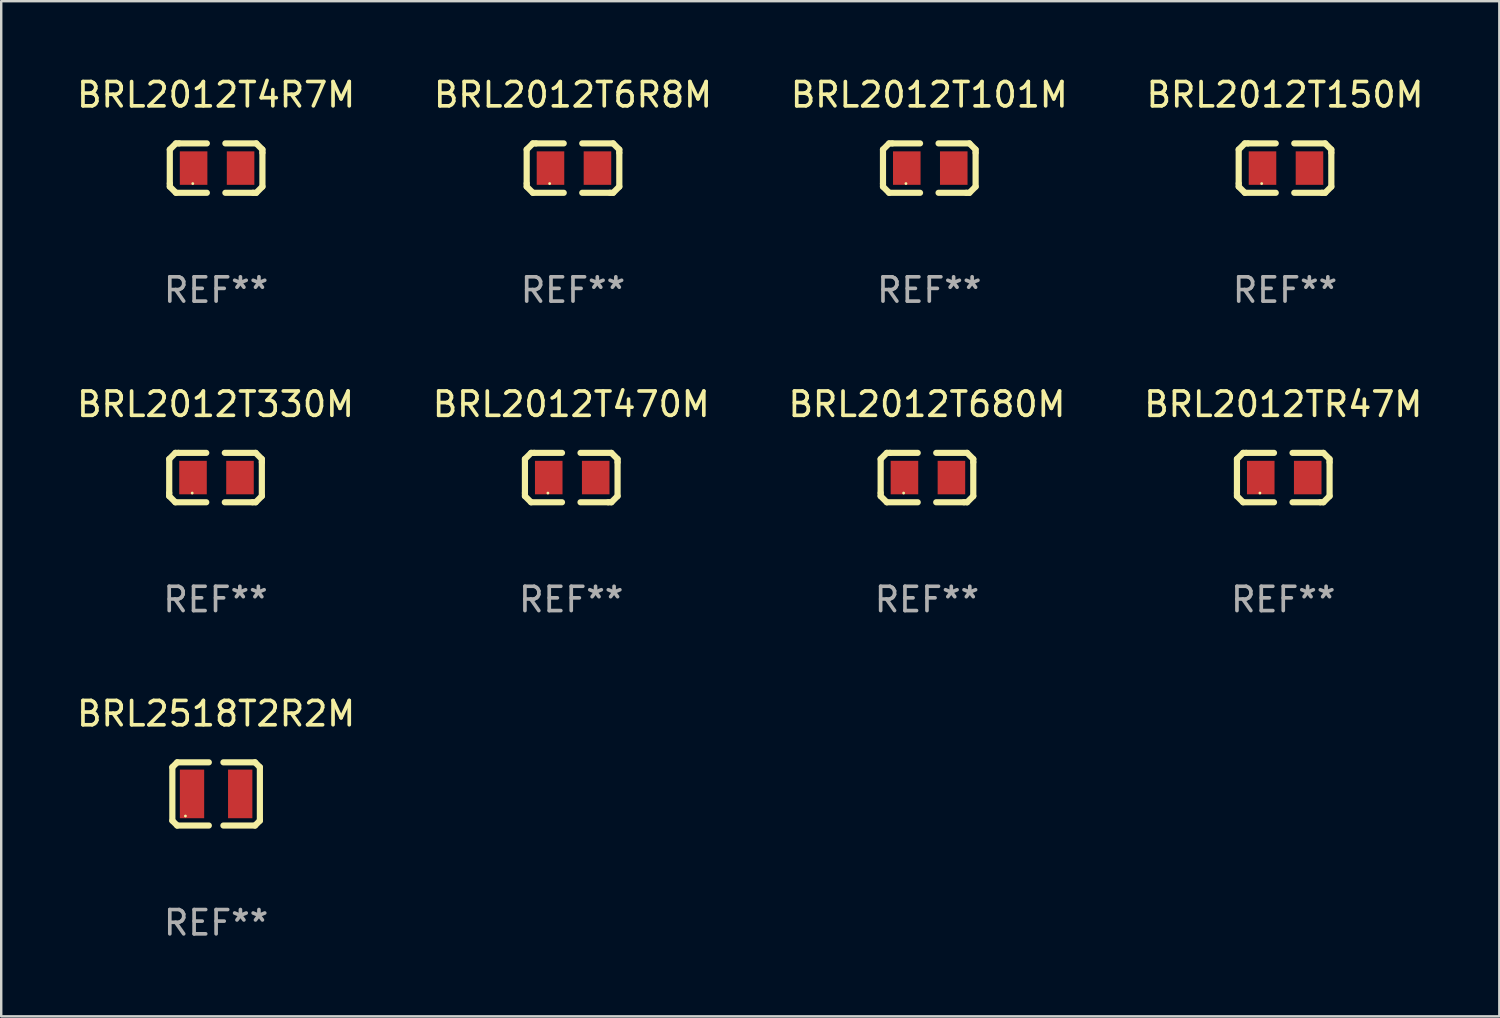
<source format=kicad_pcb>
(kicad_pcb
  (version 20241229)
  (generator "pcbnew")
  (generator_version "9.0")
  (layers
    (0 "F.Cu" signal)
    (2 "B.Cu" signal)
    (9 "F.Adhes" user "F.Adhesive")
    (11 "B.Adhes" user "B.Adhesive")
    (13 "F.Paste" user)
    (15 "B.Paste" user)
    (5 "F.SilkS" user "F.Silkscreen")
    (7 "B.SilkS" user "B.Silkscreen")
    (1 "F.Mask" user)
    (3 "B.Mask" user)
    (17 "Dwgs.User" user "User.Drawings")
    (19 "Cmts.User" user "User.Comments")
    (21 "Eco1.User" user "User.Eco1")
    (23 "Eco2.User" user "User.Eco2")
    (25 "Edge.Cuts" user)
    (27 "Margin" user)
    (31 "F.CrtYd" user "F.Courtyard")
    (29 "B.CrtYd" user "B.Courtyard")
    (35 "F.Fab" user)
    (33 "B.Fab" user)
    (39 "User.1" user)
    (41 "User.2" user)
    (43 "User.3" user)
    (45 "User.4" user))
  (footprint "BRL2012T680M"
    (layer "F.Cu")
    (at 35.077 16.593)
    (property "Reference" "BRL2012T680M" (at 0 -3.016 0) (layer "F.SilkS") (effects (font (size 1 1) (thickness 0.15))))
    (attr through_hole)
    (fp_line (start -1.905 -0.762) (end -1.905 0.635) (stroke (width 0.254) (type solid)) (layer "F.SilkS"))
    (fp_line (start -1.905 0.635) (end -1.905 0.762) (stroke (width 0.254) (type solid)) (layer "F.SilkS"))
    (fp_line (start -1.905 0.762) (end -1.651 1.016) (stroke (width 0.254) (type solid)) (layer "F.SilkS"))
    (fp_line (start -1.651 -1.016) (end -1.905 -0.762) (stroke (width 0.254) (type solid)) (layer "F.SilkS"))
    (fp_line (start -1.651 1.016) (end -0.381 1.016) (stroke (width 0.254) (type solid)) (layer "F.SilkS"))
    (fp_line (start -1.524 -1.016) (end -1.651 -1.016) (stroke (width 0.254) (type solid)) (layer "F.SilkS"))
    (fp_line (start -0.381 -1.016) (end -1.524 -1.016) (stroke (width 0.254) (type solid)) (layer "F.SilkS"))
    (fp_line (start 0.381 1.016) (end 1.524 1.016) (stroke (width 0.254) (type solid)) (layer "F.SilkS"))
    (fp_line (start 1.524 1.016) (end 1.651 1.016) (stroke (width 0.254) (type solid)) (layer "F.SilkS"))
    (fp_line (start 1.651 -1.016) (end 0.381 -1.016) (stroke (width 0.254) (type solid)) (layer "F.SilkS"))
    (fp_line (start 1.651 1.016) (end 1.905 0.762) (stroke (width 0.254) (type solid)) (layer "F.SilkS"))
    (fp_line (start 1.905 -0.762) (end 1.651 -1.016) (stroke (width 0.254) (type solid)) (layer "F.SilkS"))
    (fp_line (start 1.905 -0.635) (end 1.905 -0.762) (stroke (width 0.254) (type solid)) (layer "F.SilkS"))
    (fp_line (start 1.905 0.762) (end 1.905 -0.635) (stroke (width 0.254) (type solid)) (layer "F.SilkS"))
    (fp_circle (center -0.96 0.637) (end -0.93 0.637) (stroke (width 0.06) (type solid)) (fill no) (layer "F.SilkS"))
    (fp_text user "REF**" (at 0 5.016 0) (layer "F.Fab") (effects (font (size 1 1) (thickness 0.15))))
    (pad "1" smd rect (at -0.926 -0.000051) (size 1.133 1.377) (layers "F.Cu" "F.Mask" "F.Paste"))
    (pad "2" smd rect (at 1.006 -0.000051) (size 1.133 1.377) (layers "F.Cu" "F.Mask" "F.Paste")))
  (footprint "BRL2012T6R8M"
    (layer "F.Cu")
    (at 20.518 3.864)
    (property "Reference" "BRL2012T6R8M" (at 0 -3.016 0) (layer "F.SilkS") (effects (font (size 1 1) (thickness 0.15))))
    (attr through_hole)
    (fp_line (start -1.905 -0.762) (end -1.905 0.635) (stroke (width 0.254) (type solid)) (layer "F.SilkS"))
    (fp_line (start -1.905 0.635) (end -1.905 0.762) (stroke (width 0.254) (type solid)) (layer "F.SilkS"))
    (fp_line (start -1.905 0.762) (end -1.651 1.016) (stroke (width 0.254) (type solid)) (layer "F.SilkS"))
    (fp_line (start -1.651 -1.016) (end -1.905 -0.762) (stroke (width 0.254) (type solid)) (layer "F.SilkS"))
    (fp_line (start -1.651 1.016) (end -0.381 1.016) (stroke (width 0.254) (type solid)) (layer "F.SilkS"))
    (fp_line (start -1.524 -1.016) (end -1.651 -1.016) (stroke (width 0.254) (type solid)) (layer "F.SilkS"))
    (fp_line (start -0.381 -1.016) (end -1.524 -1.016) (stroke (width 0.254) (type solid)) (layer "F.SilkS"))
    (fp_line (start 0.381 1.016) (end 1.524 1.016) (stroke (width 0.254) (type solid)) (layer "F.SilkS"))
    (fp_line (start 1.524 1.016) (end 1.651 1.016) (stroke (width 0.254) (type solid)) (layer "F.SilkS"))
    (fp_line (start 1.651 -1.016) (end 0.381 -1.016) (stroke (width 0.254) (type solid)) (layer "F.SilkS"))
    (fp_line (start 1.651 1.016) (end 1.905 0.762) (stroke (width 0.254) (type solid)) (layer "F.SilkS"))
    (fp_line (start 1.905 -0.762) (end 1.651 -1.016) (stroke (width 0.254) (type solid)) (layer "F.SilkS"))
    (fp_line (start 1.905 -0.635) (end 1.905 -0.762) (stroke (width 0.254) (type solid)) (layer "F.SilkS"))
    (fp_line (start 1.905 0.762) (end 1.905 -0.635) (stroke (width 0.254) (type solid)) (layer "F.SilkS"))
    (fp_circle (center -0.96 0.637) (end -0.93 0.637) (stroke (width 0.06) (type solid)) (fill no) (layer "F.SilkS"))
    (fp_text user "REF**" (at 0 5.016 0) (layer "F.Fab") (effects (font (size 1 1) (thickness 0.15))))
    (pad "1" smd rect (at -0.926 -0.000051) (size 1.133 1.377) (layers "F.Cu" "F.Mask" "F.Paste"))
    (pad "2" smd rect (at 1.006 -0.000051) (size 1.133 1.377) (layers "F.Cu" "F.Mask" "F.Paste")))
  (footprint "BRL2518T2R2M"
    (layer "F.Cu")
    (at 5.839 29.605)
    (property "Reference" "BRL2518T2R2M" (at 0 -3.3 0) (layer "F.SilkS") (effects (font (size 1 1) (thickness 0.15))))
    (attr through_hole)
    (fp_line (start -1.8 -1.1) (end -1.8 1.1) (stroke (width 0.254) (type solid)) (layer "F.SilkS"))
    (fp_line (start -1.8 1.1) (end -1.6 1.3) (stroke (width 0.254) (type solid)) (layer "F.SilkS"))
    (fp_line (start -1.6 -1.3) (end -1.8 -1.1) (stroke (width 0.254) (type solid)) (layer "F.SilkS"))
    (fp_line (start -1.6 1.3) (end -0.3 1.3) (stroke (width 0.254) (type solid)) (layer "F.SilkS"))
    (fp_line (start -0.3 -1.3) (end -1.6 -1.3) (stroke (width 0.254) (type solid)) (layer "F.SilkS"))
    (fp_line (start 0.3 1.3) (end 1.6 1.3) (stroke (width 0.254) (type solid)) (layer "F.SilkS"))
    (fp_line (start 1.6 -1.3) (end 0.3 -1.3) (stroke (width 0.254) (type solid)) (layer "F.SilkS"))
    (fp_line (start 1.6 1.3) (end 1.8 1.1) (stroke (width 0.254) (type solid)) (layer "F.SilkS"))
    (fp_line (start 1.8 -1.1) (end 1.6 -1.3) (stroke (width 0.254) (type solid)) (layer "F.SilkS"))
    (fp_line (start 1.8 1.1) (end 1.8 -1.1) (stroke (width 0.254) (type solid)) (layer "F.SilkS"))
    (fp_circle (center -1.262 0.909) (end -1.232 0.909) (stroke (width 0.06) (type solid)) (fill no) (layer "F.SilkS"))
    (fp_text user "REF**" (at 0 5.3 0) (layer "F.Fab") (effects (font (size 1 1) (thickness 0.15))))
    (pad "1" smd rect (at -0.991 -0.00014 90) (size 1.999 1) (layers "F.Cu" "F.Mask" "F.Paste"))
    (pad "2" smd rect (at 0.991 -0.00014 90) (size 1.999 1) (layers "F.Cu" "F.Mask" "F.Paste")))
  (footprint "BRL2012T4R7M"
    (layer "F.Cu")
    (at 5.839 3.864)
    (property "Reference" "BRL2012T4R7M" (at 0 -3.016 0) (layer "F.SilkS") (effects (font (size 1 1) (thickness 0.15))))
    (attr through_hole)
    (fp_line (start -1.905 -0.762) (end -1.905 0.635) (stroke (width 0.254) (type solid)) (layer "F.SilkS"))
    (fp_line (start -1.905 0.635) (end -1.905 0.762) (stroke (width 0.254) (type solid)) (layer "F.SilkS"))
    (fp_line (start -1.905 0.762) (end -1.651 1.016) (stroke (width 0.254) (type solid)) (layer "F.SilkS"))
    (fp_line (start -1.651 -1.016) (end -1.905 -0.762) (stroke (width 0.254) (type solid)) (layer "F.SilkS"))
    (fp_line (start -1.651 1.016) (end -0.381 1.016) (stroke (width 0.254) (type solid)) (layer "F.SilkS"))
    (fp_line (start -1.524 -1.016) (end -1.651 -1.016) (stroke (width 0.254) (type solid)) (layer "F.SilkS"))
    (fp_line (start -0.381 -1.016) (end -1.524 -1.016) (stroke (width 0.254) (type solid)) (layer "F.SilkS"))
    (fp_line (start 0.381 1.016) (end 1.524 1.016) (stroke (width 0.254) (type solid)) (layer "F.SilkS"))
    (fp_line (start 1.524 1.016) (end 1.651 1.016) (stroke (width 0.254) (type solid)) (layer "F.SilkS"))
    (fp_line (start 1.651 -1.016) (end 0.381 -1.016) (stroke (width 0.254) (type solid)) (layer "F.SilkS"))
    (fp_line (start 1.651 1.016) (end 1.905 0.762) (stroke (width 0.254) (type solid)) (layer "F.SilkS"))
    (fp_line (start 1.905 -0.762) (end 1.651 -1.016) (stroke (width 0.254) (type solid)) (layer "F.SilkS"))
    (fp_line (start 1.905 -0.635) (end 1.905 -0.762) (stroke (width 0.254) (type solid)) (layer "F.SilkS"))
    (fp_line (start 1.905 0.762) (end 1.905 -0.635) (stroke (width 0.254) (type solid)) (layer "F.SilkS"))
    (fp_circle (center -0.96 0.637) (end -0.93 0.637) (stroke (width 0.06) (type solid)) (fill no) (layer "F.SilkS"))
    (fp_text user "REF**" (at 0 5.016 0) (layer "F.Fab") (effects (font (size 1 1) (thickness 0.15))))
    (pad "1" smd rect (at -0.926 -0.000051) (size 1.133 1.377) (layers "F.Cu" "F.Mask" "F.Paste"))
    (pad "2" smd rect (at 1.006 -0.000051) (size 1.133 1.377) (layers "F.Cu" "F.Mask" "F.Paste")))
  (footprint "BRL2012T330M"
    (layer "F.Cu")
    (at 5.815 16.593)
    (property "Reference" "BRL2012T330M" (at 0 -3.016 0) (layer "F.SilkS") (effects (font (size 1 1) (thickness 0.15))))
    (attr through_hole)
    (fp_line (start -1.905 -0.762) (end -1.905 0.635) (stroke (width 0.254) (type solid)) (layer "F.SilkS"))
    (fp_line (start -1.905 0.635) (end -1.905 0.762) (stroke (width 0.254) (type solid)) (layer "F.SilkS"))
    (fp_line (start -1.905 0.762) (end -1.651 1.016) (stroke (width 0.254) (type solid)) (layer "F.SilkS"))
    (fp_line (start -1.651 -1.016) (end -1.905 -0.762) (stroke (width 0.254) (type solid)) (layer "F.SilkS"))
    (fp_line (start -1.651 1.016) (end -0.381 1.016) (stroke (width 0.254) (type solid)) (layer "F.SilkS"))
    (fp_line (start -1.524 -1.016) (end -1.651 -1.016) (stroke (width 0.254) (type solid)) (layer "F.SilkS"))
    (fp_line (start -0.381 -1.016) (end -1.524 -1.016) (stroke (width 0.254) (type solid)) (layer "F.SilkS"))
    (fp_line (start 0.381 1.016) (end 1.524 1.016) (stroke (width 0.254) (type solid)) (layer "F.SilkS"))
    (fp_line (start 1.524 1.016) (end 1.651 1.016) (stroke (width 0.254) (type solid)) (layer "F.SilkS"))
    (fp_line (start 1.651 -1.016) (end 0.381 -1.016) (stroke (width 0.254) (type solid)) (layer "F.SilkS"))
    (fp_line (start 1.651 1.016) (end 1.905 0.762) (stroke (width 0.254) (type solid)) (layer "F.SilkS"))
    (fp_line (start 1.905 -0.762) (end 1.651 -1.016) (stroke (width 0.254) (type solid)) (layer "F.SilkS"))
    (fp_line (start 1.905 -0.635) (end 1.905 -0.762) (stroke (width 0.254) (type solid)) (layer "F.SilkS"))
    (fp_line (start 1.905 0.762) (end 1.905 -0.635) (stroke (width 0.254) (type solid)) (layer "F.SilkS"))
    (fp_circle (center -0.96 0.637) (end -0.93 0.637) (stroke (width 0.06) (type solid)) (fill no) (layer "F.SilkS"))
    (fp_text user "REF**" (at 0 5.016 0) (layer "F.Fab") (effects (font (size 1 1) (thickness 0.15))))
    (pad "1" smd rect (at -0.926 -0.000051) (size 1.133 1.377) (layers "F.Cu" "F.Mask" "F.Paste"))
    (pad "2" smd rect (at 1.006 -0.000051) (size 1.133 1.377) (layers "F.Cu" "F.Mask" "F.Paste")))
  (footprint "BRL2012T101M"
    (layer "F.Cu")
    (at 35.173 3.864)
    (property "Reference" "BRL2012T101M" (at 0 -3.016 0) (layer "F.SilkS") (effects (font (size 1 1) (thickness 0.15))))
    (attr through_hole)
    (fp_line (start -1.905 -0.762) (end -1.905 0.635) (stroke (width 0.254) (type solid)) (layer "F.SilkS"))
    (fp_line (start -1.905 0.635) (end -1.905 0.762) (stroke (width 0.254) (type solid)) (layer "F.SilkS"))
    (fp_line (start -1.905 0.762) (end -1.651 1.016) (stroke (width 0.254) (type solid)) (layer "F.SilkS"))
    (fp_line (start -1.651 -1.016) (end -1.905 -0.762) (stroke (width 0.254) (type solid)) (layer "F.SilkS"))
    (fp_line (start -1.651 1.016) (end -0.381 1.016) (stroke (width 0.254) (type solid)) (layer "F.SilkS"))
    (fp_line (start -1.524 -1.016) (end -1.651 -1.016) (stroke (width 0.254) (type solid)) (layer "F.SilkS"))
    (fp_line (start -0.381 -1.016) (end -1.524 -1.016) (stroke (width 0.254) (type solid)) (layer "F.SilkS"))
    (fp_line (start 0.381 1.016) (end 1.524 1.016) (stroke (width 0.254) (type solid)) (layer "F.SilkS"))
    (fp_line (start 1.524 1.016) (end 1.651 1.016) (stroke (width 0.254) (type solid)) (layer "F.SilkS"))
    (fp_line (start 1.651 -1.016) (end 0.381 -1.016) (stroke (width 0.254) (type solid)) (layer "F.SilkS"))
    (fp_line (start 1.651 1.016) (end 1.905 0.762) (stroke (width 0.254) (type solid)) (layer "F.SilkS"))
    (fp_line (start 1.905 -0.762) (end 1.651 -1.016) (stroke (width 0.254) (type solid)) (layer "F.SilkS"))
    (fp_line (start 1.905 -0.635) (end 1.905 -0.762) (stroke (width 0.254) (type solid)) (layer "F.SilkS"))
    (fp_line (start 1.905 0.762) (end 1.905 -0.635) (stroke (width 0.254) (type solid)) (layer "F.SilkS"))
    (fp_circle (center -0.96 0.637) (end -0.93 0.637) (stroke (width 0.06) (type solid)) (fill no) (layer "F.SilkS"))
    (fp_text user "REF**" (at 0 5.016 0) (layer "F.Fab") (effects (font (size 1 1) (thickness 0.15))))
    (pad "1" smd rect (at -0.926 -0.000051) (size 1.133 1.377) (layers "F.Cu" "F.Mask" "F.Paste"))
    (pad "2" smd rect (at 1.006 -0.000051) (size 1.133 1.377) (layers "F.Cu" "F.Mask" "F.Paste")))
  (footprint "BRL2012T470M"
    (layer "F.Cu")
    (at 20.446 16.593)
    (property "Reference" "BRL2012T470M" (at 0 -3.016 0) (layer "F.SilkS") (effects (font (size 1 1) (thickness 0.15))))
    (attr through_hole)
    (fp_line (start -1.905 -0.762) (end -1.905 0.635) (stroke (width 0.254) (type solid)) (layer "F.SilkS"))
    (fp_line (start -1.905 0.635) (end -1.905 0.762) (stroke (width 0.254) (type solid)) (layer "F.SilkS"))
    (fp_line (start -1.905 0.762) (end -1.651 1.016) (stroke (width 0.254) (type solid)) (layer "F.SilkS"))
    (fp_line (start -1.651 -1.016) (end -1.905 -0.762) (stroke (width 0.254) (type solid)) (layer "F.SilkS"))
    (fp_line (start -1.651 1.016) (end -0.381 1.016) (stroke (width 0.254) (type solid)) (layer "F.SilkS"))
    (fp_line (start -1.524 -1.016) (end -1.651 -1.016) (stroke (width 0.254) (type solid)) (layer "F.SilkS"))
    (fp_line (start -0.381 -1.016) (end -1.524 -1.016) (stroke (width 0.254) (type solid)) (layer "F.SilkS"))
    (fp_line (start 0.381 1.016) (end 1.524 1.016) (stroke (width 0.254) (type solid)) (layer "F.SilkS"))
    (fp_line (start 1.524 1.016) (end 1.651 1.016) (stroke (width 0.254) (type solid)) (layer "F.SilkS"))
    (fp_line (start 1.651 -1.016) (end 0.381 -1.016) (stroke (width 0.254) (type solid)) (layer "F.SilkS"))
    (fp_line (start 1.651 1.016) (end 1.905 0.762) (stroke (width 0.254) (type solid)) (layer "F.SilkS"))
    (fp_line (start 1.905 -0.762) (end 1.651 -1.016) (stroke (width 0.254) (type solid)) (layer "F.SilkS"))
    (fp_line (start 1.905 -0.635) (end 1.905 -0.762) (stroke (width 0.254) (type solid)) (layer "F.SilkS"))
    (fp_line (start 1.905 0.762) (end 1.905 -0.635) (stroke (width 0.254) (type solid)) (layer "F.SilkS"))
    (fp_circle (center -0.96 0.637) (end -0.93 0.637) (stroke (width 0.06) (type solid)) (fill no) (layer "F.SilkS"))
    (fp_text user "REF**" (at 0 5.016 0) (layer "F.Fab") (effects (font (size 1 1) (thickness 0.15))))
    (pad "1" smd rect (at -0.926 -0.000051) (size 1.133 1.377) (layers "F.Cu" "F.Mask" "F.Paste"))
    (pad "2" smd rect (at 1.006 -0.000051) (size 1.133 1.377) (layers "F.Cu" "F.Mask" "F.Paste")))
  (footprint "BRL2012T150M"
    (layer "F.Cu")
    (at 49.804 3.864)
    (property "Reference" "BRL2012T150M" (at 0 -3.016 0) (layer "F.SilkS") (effects (font (size 1 1) (thickness 0.15))))
    (attr through_hole)
    (fp_line (start -1.905 -0.762) (end -1.905 0.635) (stroke (width 0.254) (type solid)) (layer "F.SilkS"))
    (fp_line (start -1.905 0.635) (end -1.905 0.762) (stroke (width 0.254) (type solid)) (layer "F.SilkS"))
    (fp_line (start -1.905 0.762) (end -1.651 1.016) (stroke (width 0.254) (type solid)) (layer "F.SilkS"))
    (fp_line (start -1.651 -1.016) (end -1.905 -0.762) (stroke (width 0.254) (type solid)) (layer "F.SilkS"))
    (fp_line (start -1.651 1.016) (end -0.381 1.016) (stroke (width 0.254) (type solid)) (layer "F.SilkS"))
    (fp_line (start -1.524 -1.016) (end -1.651 -1.016) (stroke (width 0.254) (type solid)) (layer "F.SilkS"))
    (fp_line (start -0.381 -1.016) (end -1.524 -1.016) (stroke (width 0.254) (type solid)) (layer "F.SilkS"))
    (fp_line (start 0.381 1.016) (end 1.524 1.016) (stroke (width 0.254) (type solid)) (layer "F.SilkS"))
    (fp_line (start 1.524 1.016) (end 1.651 1.016) (stroke (width 0.254) (type solid)) (layer "F.SilkS"))
    (fp_line (start 1.651 -1.016) (end 0.381 -1.016) (stroke (width 0.254) (type solid)) (layer "F.SilkS"))
    (fp_line (start 1.651 1.016) (end 1.905 0.762) (stroke (width 0.254) (type solid)) (layer "F.SilkS"))
    (fp_line (start 1.905 -0.762) (end 1.651 -1.016) (stroke (width 0.254) (type solid)) (layer "F.SilkS"))
    (fp_line (start 1.905 -0.635) (end 1.905 -0.762) (stroke (width 0.254) (type solid)) (layer "F.SilkS"))
    (fp_line (start 1.905 0.762) (end 1.905 -0.635) (stroke (width 0.254) (type solid)) (layer "F.SilkS"))
    (fp_circle (center -0.96 0.637) (end -0.93 0.637) (stroke (width 0.06) (type solid)) (fill no) (layer "F.SilkS"))
    (fp_text user "REF**" (at 0 5.016 0) (layer "F.Fab") (effects (font (size 1 1) (thickness 0.15))))
    (pad "1" smd rect (at -0.926 -0.000051) (size 1.133 1.377) (layers "F.Cu" "F.Mask" "F.Paste"))
    (pad "2" smd rect (at 1.006 -0.000051) (size 1.133 1.377) (layers "F.Cu" "F.Mask" "F.Paste")))
  (footprint "BRL2012TR47M"
    (layer "F.Cu")
    (at 49.732 16.593)
    (property "Reference" "BRL2012TR47M" (at 0 -3.016 0) (layer "F.SilkS") (effects (font (size 1 1) (thickness 0.15))))
    (attr through_hole)
    (fp_line (start -1.905 -0.762) (end -1.905 0.635) (stroke (width 0.254) (type solid)) (layer "F.SilkS"))
    (fp_line (start -1.905 0.635) (end -1.905 0.762) (stroke (width 0.254) (type solid)) (layer "F.SilkS"))
    (fp_line (start -1.905 0.762) (end -1.651 1.016) (stroke (width 0.254) (type solid)) (layer "F.SilkS"))
    (fp_line (start -1.651 -1.016) (end -1.905 -0.762) (stroke (width 0.254) (type solid)) (layer "F.SilkS"))
    (fp_line (start -1.651 1.016) (end -0.381 1.016) (stroke (width 0.254) (type solid)) (layer "F.SilkS"))
    (fp_line (start -1.524 -1.016) (end -1.651 -1.016) (stroke (width 0.254) (type solid)) (layer "F.SilkS"))
    (fp_line (start -0.381 -1.016) (end -1.524 -1.016) (stroke (width 0.254) (type solid)) (layer "F.SilkS"))
    (fp_line (start 0.381 1.016) (end 1.524 1.016) (stroke (width 0.254) (type solid)) (layer "F.SilkS"))
    (fp_line (start 1.524 1.016) (end 1.651 1.016) (stroke (width 0.254) (type solid)) (layer "F.SilkS"))
    (fp_line (start 1.651 -1.016) (end 0.381 -1.016) (stroke (width 0.254) (type solid)) (layer "F.SilkS"))
    (fp_line (start 1.651 1.016) (end 1.905 0.762) (stroke (width 0.254) (type solid)) (layer "F.SilkS"))
    (fp_line (start 1.905 -0.762) (end 1.651 -1.016) (stroke (width 0.254) (type solid)) (layer "F.SilkS"))
    (fp_line (start 1.905 -0.635) (end 1.905 -0.762) (stroke (width 0.254) (type solid)) (layer "F.SilkS"))
    (fp_line (start 1.905 0.762) (end 1.905 -0.635) (stroke (width 0.254) (type solid)) (layer "F.SilkS"))
    (fp_circle (center -0.96 0.637) (end -0.93 0.637) (stroke (width 0.06) (type solid)) (fill no) (layer "F.SilkS"))
    (fp_text user "REF**" (at 0 5.016 0) (layer "F.Fab") (effects (font (size 1 1) (thickness 0.15))))
    (pad "1" smd rect (at -0.926 -0.000051) (size 1.133 1.377) (layers "F.Cu" "F.Mask" "F.Paste"))
    (pad "2" smd rect (at 1.006 -0.000051) (size 1.133 1.377) (layers "F.Cu" "F.Mask" "F.Paste")))
  (gr_rect
    (start -3 -3)
    (end 58.619 38.754)
    (stroke (width 0.1) (type default))
    (fill no)
    (layer "Edge.Cuts")))
</source>
